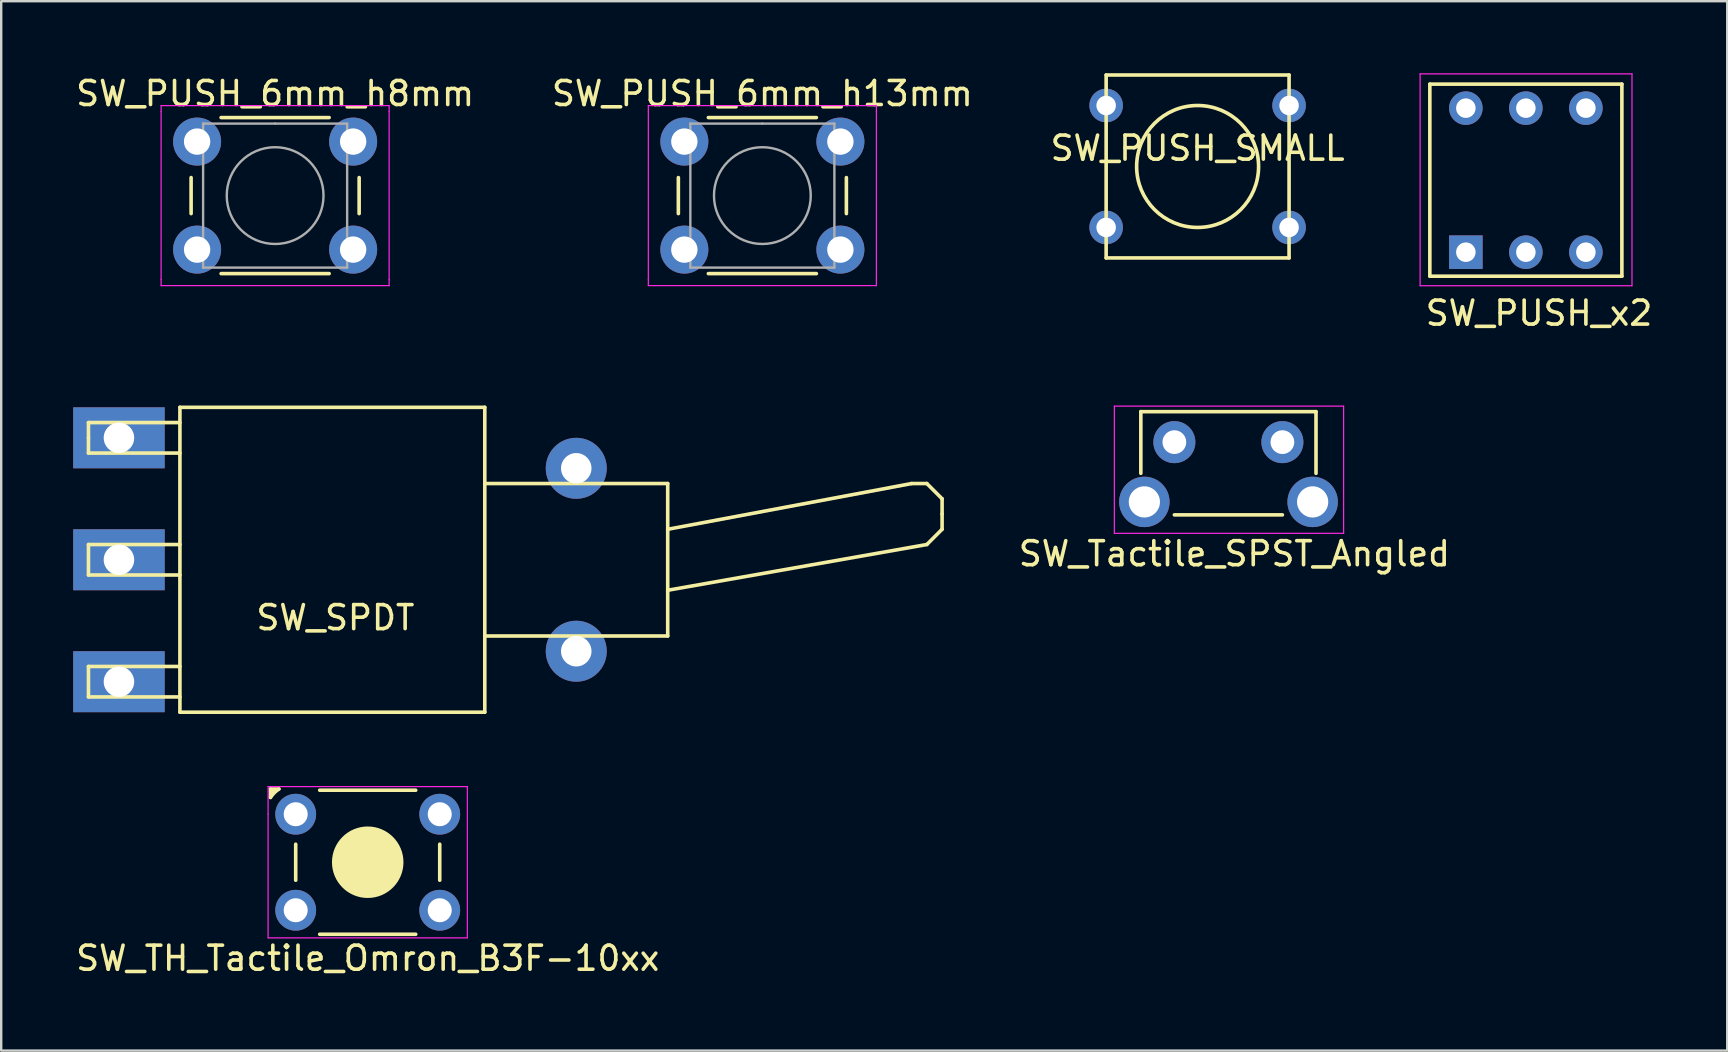
<source format=kicad_pcb>
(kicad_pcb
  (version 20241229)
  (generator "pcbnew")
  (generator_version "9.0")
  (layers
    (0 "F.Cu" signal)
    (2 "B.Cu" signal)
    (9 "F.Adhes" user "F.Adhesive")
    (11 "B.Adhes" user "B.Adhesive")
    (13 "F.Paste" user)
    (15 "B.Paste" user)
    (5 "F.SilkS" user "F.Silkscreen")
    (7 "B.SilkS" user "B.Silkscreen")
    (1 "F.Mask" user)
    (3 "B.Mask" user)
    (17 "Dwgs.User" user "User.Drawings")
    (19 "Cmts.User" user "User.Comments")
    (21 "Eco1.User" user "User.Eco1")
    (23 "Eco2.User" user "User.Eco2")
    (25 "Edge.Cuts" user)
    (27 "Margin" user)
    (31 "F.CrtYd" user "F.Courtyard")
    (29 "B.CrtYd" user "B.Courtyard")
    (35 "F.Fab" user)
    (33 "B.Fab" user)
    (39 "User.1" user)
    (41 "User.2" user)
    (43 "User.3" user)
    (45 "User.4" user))
  (footprint "SW_PUSH_6mm_h13mm"
    (layer "F.Cu")
    (at 25.458 2.848)
    (property "Reference" "SW_PUSH_6mm_h13mm" (at 3.25 -2 0) (layer "F.SilkS") (effects (font (size 1 1) (thickness 0.15))))
    (attr through_hole)
    (fp_line (start -0.25 1.5) (end -0.25 3) (stroke (width 0.15) (type solid)) (layer "F.SilkS"))
    (fp_line (start 1 5.5) (end 5.5 5.5) (stroke (width 0.15) (type solid)) (layer "F.SilkS"))
    (fp_line (start 5.5 -1) (end 1 -1) (stroke (width 0.15) (type solid)) (layer "F.SilkS"))
    (fp_line (start 6.75 3) (end 6.75 1.5) (stroke (width 0.15) (type solid)) (layer "F.SilkS"))
    (fp_line (start -1.5 -1.5) (end -1.25 -1.5) (stroke (width 0.05) (type solid)) (layer "F.CrtYd"))
    (fp_line (start -1.5 -1.25) (end -1.5 -1.5) (stroke (width 0.05) (type solid)) (layer "F.CrtYd"))
    (fp_line (start -1.5 5.75) (end -1.5 -1.25) (stroke (width 0.05) (type solid)) (layer "F.CrtYd"))
    (fp_line (start -1.5 5.75) (end -1.5 6) (stroke (width 0.05) (type solid)) (layer "F.CrtYd"))
    (fp_line (start -1.5 6) (end -1.25 6) (stroke (width 0.05) (type solid)) (layer "F.CrtYd"))
    (fp_line (start -1.25 -1.5) (end 7.75 -1.5) (stroke (width 0.05) (type solid)) (layer "F.CrtYd"))
    (fp_line (start 7.75 -1.5) (end 8 -1.5) (stroke (width 0.05) (type solid)) (layer "F.CrtYd"))
    (fp_line (start 7.75 6) (end -1.25 6) (stroke (width 0.05) (type solid)) (layer "F.CrtYd"))
    (fp_line (start 7.75 6) (end 8 6) (stroke (width 0.05) (type solid)) (layer "F.CrtYd"))
    (fp_line (start 8 -1.5) (end 8 -1.25) (stroke (width 0.05) (type solid)) (layer "F.CrtYd"))
    (fp_line (start 8 -1.25) (end 8 5.75) (stroke (width 0.05) (type solid)) (layer "F.CrtYd"))
    (fp_line (start 8 6) (end 8 5.75) (stroke (width 0.05) (type solid)) (layer "F.CrtYd"))
    (fp_line (start 0.25 -0.75) (end 3.25 -0.75) (stroke (width 0.1) (type solid)) (layer "F.Fab"))
    (fp_line (start 0.25 5.25) (end 0.25 -0.75) (stroke (width 0.1) (type solid)) (layer "F.Fab"))
    (fp_line (start 3.25 -0.75) (end 6.25 -0.75) (stroke (width 0.1) (type solid)) (layer "F.Fab"))
    (fp_line (start 6.25 -0.75) (end 6.25 5.25) (stroke (width 0.1) (type solid)) (layer "F.Fab"))
    (fp_line (start 6.25 5.25) (end 0.25 5.25) (stroke (width 0.1) (type solid)) (layer "F.Fab"))
    (fp_circle (center 3.25 2.25) (end 1.25 2.5) (stroke (width 0.1) (type solid)) (fill no) (layer "F.Fab"))
    (pad "1" thru_hole circle (at 0 0 90) (size 2 2) (drill 1.1) (layers "*.Cu" "*.Mask"))
    (pad "1" thru_hole circle (at 6.5 0 90) (size 2 2) (drill 1.1) (layers "*.Cu" "*.Mask"))
    (pad "2" thru_hole circle (at 0 4.5 90) (size 2 2) (drill 1.1) (layers "*.Cu" "*.Mask"))
    (pad "2" thru_hole circle (at 6.5 4.5 90) (size 2 2) (drill 1.1) (layers "*.Cu" "*.Mask")))
  (footprint "SW_PUSH_SMALL"
    (layer "F.Cu")
    (at 46.839 3.885)
    (property "Reference" "SW_PUSH_SMALL" (at 0 -0.762 0) (layer "F.SilkS") (effects (font (size 1 1) (thickness 0.15))))
    (attr through_hole)
    (fp_line (start -3.81 -3.81) (end -3.81 3.81) (stroke (width 0.15) (type solid)) (layer "F.SilkS"))
    (fp_line (start -3.81 -3.81) (end 3.81 -3.81) (stroke (width 0.15) (type solid)) (layer "F.SilkS"))
    (fp_line (start 3.81 -3.81) (end 3.81 3.81) (stroke (width 0.15) (type solid)) (layer "F.SilkS"))
    (fp_line (start 3.81 3.81) (end -3.81 3.81) (stroke (width 0.15) (type solid)) (layer "F.SilkS"))
    (fp_circle (center 0 0) (end 0 -2.54) (stroke (width 0.15) (type solid)) (fill no) (layer "F.SilkS"))
    (pad "1" thru_hole circle (at -3.81 -2.54) (size 1.397 1.397) (drill 0.813) (layers "*.Cu" "*.Mask"))
    (pad "1" thru_hole circle (at 3.81 -2.54) (size 1.397 1.397) (drill 0.813) (layers "*.Cu" "*.Mask"))
    (pad "2" thru_hole circle (at -3.81 2.54) (size 1.397 1.397) (drill 0.813) (layers "*.Cu" "*.Mask"))
    (pad "2" thru_hole circle (at 3.81 2.54) (size 1.397 1.397) (drill 0.813) (layers "*.Cu" "*.Mask")))
  (footprint "SW_PUSH_x2"
    (layer "F.Cu")
    (at 58.013 7.455)
    (property "Reference" "SW_PUSH_x2" (at 3.048 2.54 0) (layer "F.SilkS") (effects (font (size 1 1) (thickness 0.15))))
    (attr through_hole)
    (fp_line (start -1.5 -7) (end -1.5 1) (stroke (width 0.15) (type solid)) (layer "F.SilkS"))
    (fp_line (start -1.5 1) (end 6.5 1) (stroke (width 0.15) (type solid)) (layer "F.SilkS"))
    (fp_line (start 6.5 -7) (end -1.5 -7) (stroke (width 0.15) (type solid)) (layer "F.SilkS"))
    (fp_line (start 6.5 1) (end 6.5 -7) (stroke (width 0.15) (type solid)) (layer "F.SilkS"))
    (fp_line (start -1.905 -7.429) (end -1.905 1.397) (stroke (width 0.05) (type solid)) (layer "F.CrtYd"))
    (fp_line (start -1.905 -7.429) (end 6.921 -7.429) (stroke (width 0.05) (type solid)) (layer "F.CrtYd"))
    (fp_line (start -1.905 1.397) (end 6.921 1.397) (stroke (width 0.05) (type solid)) (layer "F.CrtYd"))
    (fp_line (start 6.921 -7.429) (end 6.921 1.397) (stroke (width 0.05) (type solid)) (layer "F.CrtYd"))
    (pad "1" thru_hole rect (at 0 0) (size 1.397 1.397) (drill 0.813) (layers "*.Cu" "*.Mask"))
    (pad "2" thru_hole circle (at 2.5 0) (size 1.397 1.397) (drill 0.813) (layers "*.Cu" "*.Mask"))
    (pad "3" thru_hole circle (at 5 0) (size 1.397 1.397) (drill 0.813) (layers "*.Cu" "*.Mask"))
    (pad "4" thru_hole circle (at 5 -6) (size 1.397 1.397) (drill 0.813) (layers "*.Cu" "*.Mask"))
    (pad "5" thru_hole circle (at 2.5 -6) (size 1.397 1.397) (drill 0.813) (layers "*.Cu" "*.Mask"))
    (pad "6" thru_hole circle (at 0 -6) (size 1.397 1.397) (drill 0.813) (layers "*.Cu" "*.Mask")))
  (footprint "SW_SPDT"
    (layer "F.Cu")
    (at 1.905 20.268)
    (property "Reference" "SW_SPDT" (at 9.017 2.413 180) (layer "F.SilkS") (effects (font (size 1 1) (thickness 0.15))))
    (attr through_hole)
    (fp_line (start -1.27 -5.715) (end -1.27 -5.08) (stroke (width 0.15) (type solid)) (layer "F.SilkS"))
    (fp_line (start -1.27 -5.715) (end 2.54 -5.715) (stroke (width 0.15) (type solid)) (layer "F.SilkS"))
    (fp_line (start -1.27 -5.08) (end -1.27 -4.445) (stroke (width 0.15) (type solid)) (layer "F.SilkS"))
    (fp_line (start -1.27 -4.445) (end 2.54 -4.445) (stroke (width 0.15) (type solid)) (layer "F.SilkS"))
    (fp_line (start -1.27 -0.635) (end -1.27 0.635) (stroke (width 0.15) (type solid)) (layer "F.SilkS"))
    (fp_line (start -1.27 0.635) (end 2.54 0.635) (stroke (width 0.15) (type solid)) (layer "F.SilkS"))
    (fp_line (start -1.27 4.445) (end -1.27 5.715) (stroke (width 0.15) (type solid)) (layer "F.SilkS"))
    (fp_line (start -1.27 5.715) (end 2.54 5.715) (stroke (width 0.15) (type solid)) (layer "F.SilkS"))
    (fp_line (start 2.54 -6.35) (end 2.54 6.35) (stroke (width 0.15) (type solid)) (layer "F.SilkS"))
    (fp_line (start 2.54 -0.635) (end -1.27 -0.635) (stroke (width 0.15) (type solid)) (layer "F.SilkS"))
    (fp_line (start 2.54 4.445) (end -1.27 4.445) (stroke (width 0.15) (type solid)) (layer "F.SilkS"))
    (fp_line (start 2.54 6.35) (end 15.24 6.35) (stroke (width 0.15) (type solid)) (layer "F.SilkS"))
    (fp_line (start 15.24 -6.35) (end 2.54 -6.35) (stroke (width 0.15) (type solid)) (layer "F.SilkS"))
    (fp_line (start 15.24 -3.175) (end 22.86 -3.175) (stroke (width 0.15) (type solid)) (layer "F.SilkS"))
    (fp_line (start 15.24 6.35) (end 15.24 -6.35) (stroke (width 0.15) (type solid)) (layer "F.SilkS"))
    (fp_line (start 22.86 -3.175) (end 22.86 3.175) (stroke (width 0.15) (type solid)) (layer "F.SilkS"))
    (fp_line (start 22.86 -1.27) (end 33.02 -3.175) (stroke (width 0.15) (type solid)) (layer "F.SilkS"))
    (fp_line (start 22.86 3.175) (end 15.24 3.175) (stroke (width 0.15) (type solid)) (layer "F.SilkS"))
    (fp_line (start 33.02 -3.175) (end 33.655 -3.175) (stroke (width 0.15) (type solid)) (layer "F.SilkS"))
    (fp_line (start 33.655 -3.175) (end 34.29 -2.54) (stroke (width 0.15) (type solid)) (layer "F.SilkS"))
    (fp_line (start 33.655 -0.635) (end 22.86 1.27) (stroke (width 0.15) (type solid)) (layer "F.SilkS"))
    (fp_line (start 34.29 -2.54) (end 34.29 -1.905) (stroke (width 0.15) (type solid)) (layer "F.SilkS"))
    (fp_line (start 34.29 -1.905) (end 34.29 -1.27) (stroke (width 0.15) (type solid)) (layer "F.SilkS"))
    (fp_line (start 34.29 -1.27) (end 33.655 -0.635) (stroke (width 0.15) (type solid)) (layer "F.SilkS"))
    (pad "1" thru_hole rect (at 0 -5.08) (size 3.81 2.54) (drill 1.27) (layers "*.Cu" "*.Mask"))
    (pad "2" thru_hole rect (at 0 0) (size 3.81 2.54) (drill 1.27) (layers "*.Cu" "*.Mask"))
    (pad "3" thru_hole rect (at 0 5.08) (size 3.81 2.54) (drill 1.27) (layers "*.Cu" "*.Mask"))
    (pad "H1" thru_hole circle (at 19.05 -3.81) (size 2.54 2.54) (drill 1.27) (layers "*.Cu" "*.Mask"))
    (pad "H2" thru_hole circle (at 19.05 3.81) (size 2.54 2.54) (drill 1.27) (layers "*.Cu" "*.Mask")))
  (footprint "SW_Tactile_SPST_Angled"
    (layer "F.Cu")
    (at 45.871 15.368)
    (property "Reference" "SW_Tactile_SPST_Angled" (at 2.5 4.65 0) (layer "F.SilkS") (effects (font (size 1 1) (thickness 0.15))))
    (attr through_hole)
    (fp_line (start -1.397 -1.27) (end -1.397 1.3) (stroke (width 0.15) (type solid)) (layer "F.SilkS"))
    (fp_line (start -1.397 -1.27) (end 5.9 -1.27) (stroke (width 0.15) (type solid)) (layer "F.SilkS"))
    (fp_line (start 0 3.03) (end 4.5 3.03) (stroke (width 0.15) (type solid)) (layer "F.SilkS"))
    (fp_line (start 5.9 -1.27) (end 5.9 1.3) (stroke (width 0.15) (type solid)) (layer "F.SilkS"))
    (fp_line (start -2.5 -1.5) (end 7.05 -1.5) (stroke (width 0.05) (type solid)) (layer "F.CrtYd"))
    (fp_line (start -2.5 3.8) (end -2.5 -1.5) (stroke (width 0.05) (type solid)) (layer "F.CrtYd"))
    (fp_line (start 7.05 -1.5) (end 7.05 3.8) (stroke (width 0.05) (type solid)) (layer "F.CrtYd"))
    (fp_line (start 7.05 3.8) (end -2.5 3.8) (stroke (width 0.05) (type solid)) (layer "F.CrtYd"))
    (pad "" thru_hole circle (at -1.25 2.49) (size 2.1 2.1) (drill 1.3) (layers "*.Cu" "*.Mask"))
    (pad "" thru_hole circle (at 5.76 2.49) (size 2.1 2.1) (drill 1.3) (layers "*.Cu" "*.Mask"))
    (pad "1" thru_hole circle (at 0 0) (size 1.75 1.75) (drill 0.99) (layers "*.Cu" "*.Mask"))
    (pad "2" thru_hole circle (at 4.5 0) (size 1.75 1.75) (drill 0.99) (layers "*.Cu" "*.Mask")))
  (footprint "SW_PUSH_6mm_h8mm"
    (layer "F.Cu")
    (at 5.161 2.848)
    (property "Reference" "SW_PUSH_6mm_h8mm" (at 3.25 -2 0) (layer "F.SilkS") (effects (font (size 1 1) (thickness 0.15))))
    (attr through_hole)
    (fp_line (start -0.25 1.5) (end -0.25 3) (stroke (width 0.15) (type solid)) (layer "F.SilkS"))
    (fp_line (start 1 5.5) (end 5.5 5.5) (stroke (width 0.15) (type solid)) (layer "F.SilkS"))
    (fp_line (start 5.5 -1) (end 1 -1) (stroke (width 0.15) (type solid)) (layer "F.SilkS"))
    (fp_line (start 6.75 3) (end 6.75 1.5) (stroke (width 0.15) (type solid)) (layer "F.SilkS"))
    (fp_line (start -1.5 -1.5) (end -1.25 -1.5) (stroke (width 0.05) (type solid)) (layer "F.CrtYd"))
    (fp_line (start -1.5 -1.25) (end -1.5 -1.5) (stroke (width 0.05) (type solid)) (layer "F.CrtYd"))
    (fp_line (start -1.5 5.75) (end -1.5 -1.25) (stroke (width 0.05) (type solid)) (layer "F.CrtYd"))
    (fp_line (start -1.5 5.75) (end -1.5 6) (stroke (width 0.05) (type solid)) (layer "F.CrtYd"))
    (fp_line (start -1.5 6) (end -1.25 6) (stroke (width 0.05) (type solid)) (layer "F.CrtYd"))
    (fp_line (start -1.25 -1.5) (end 7.75 -1.5) (stroke (width 0.05) (type solid)) (layer "F.CrtYd"))
    (fp_line (start 7.75 -1.5) (end 8 -1.5) (stroke (width 0.05) (type solid)) (layer "F.CrtYd"))
    (fp_line (start 7.75 6) (end -1.25 6) (stroke (width 0.05) (type solid)) (layer "F.CrtYd"))
    (fp_line (start 7.75 6) (end 8 6) (stroke (width 0.05) (type solid)) (layer "F.CrtYd"))
    (fp_line (start 8 -1.5) (end 8 -1.25) (stroke (width 0.05) (type solid)) (layer "F.CrtYd"))
    (fp_line (start 8 -1.25) (end 8 5.75) (stroke (width 0.05) (type solid)) (layer "F.CrtYd"))
    (fp_line (start 8 6) (end 8 5.75) (stroke (width 0.05) (type solid)) (layer "F.CrtYd"))
    (fp_line (start 0.25 -0.75) (end 3.25 -0.75) (stroke (width 0.1) (type solid)) (layer "F.Fab"))
    (fp_line (start 0.25 5.25) (end 0.25 -0.75) (stroke (width 0.1) (type solid)) (layer "F.Fab"))
    (fp_line (start 3.25 -0.75) (end 6.25 -0.75) (stroke (width 0.1) (type solid)) (layer "F.Fab"))
    (fp_line (start 6.25 -0.75) (end 6.25 5.25) (stroke (width 0.1) (type solid)) (layer "F.Fab"))
    (fp_line (start 6.25 5.25) (end 0.25 5.25) (stroke (width 0.1) (type solid)) (layer "F.Fab"))
    (fp_circle (center 3.25 2.25) (end 1.25 2.5) (stroke (width 0.1) (type solid)) (fill no) (layer "F.Fab"))
    (pad "1" thru_hole circle (at 0 0 90) (size 2 2) (drill 1.1) (layers "*.Cu" "*.Mask"))
    (pad "1" thru_hole circle (at 6.5 0 90) (size 2 2) (drill 1.1) (layers "*.Cu" "*.Mask"))
    (pad "2" thru_hole circle (at 0 4.5 90) (size 2 2) (drill 1.1) (layers "*.Cu" "*.Mask"))
    (pad "2" thru_hole circle (at 6.5 4.5 90) (size 2 2) (drill 1.1) (layers "*.Cu" "*.Mask")))
  (footprint "SW_TH_Tactile_Omron_B3F-10xx"
    (layer "F.Cu")
    (at 9.268 30.868)
    (property "Reference" "SW_TH_Tactile_Omron_B3F-10xx" (at 3 6 0) (layer "F.SilkS") (effects (font (size 1 1) (thickness 0.15))))
    (attr through_hole)
    (fp_line (start -1.05 -1.05) (end -1.05 -0.7) (stroke (width 0.15) (type solid)) (layer "F.SilkS"))
    (fp_line (start -1.05 -1.05) (end -0.7 -1.05) (stroke (width 0.15) (type solid)) (layer "F.SilkS"))
    (fp_line (start -0.95 -1) (end -0.95 -0.9) (stroke (width 0.15) (type solid)) (layer "F.SilkS"))
    (fp_line (start 0 2) (end 0 2) (stroke (width 0.1) (type solid)) (layer "F.SilkS"))
    (fp_line (start 0 2.75) (end 0 1.25) (stroke (width 0.15) (type solid)) (layer "F.SilkS"))
    (fp_line (start 1 -1) (end 5 -1) (stroke (width 0.15) (type solid)) (layer "F.SilkS"))
    (fp_line (start 1 5) (end 5 5) (stroke (width 0.15) (type solid)) (layer "F.SilkS"))
    (fp_line (start 5 -1) (end 1 -1) (stroke (width 0.1) (type solid)) (layer "F.SilkS"))
    (fp_line (start 5 5) (end 1 5) (stroke (width 0.1) (type solid)) (layer "F.SilkS"))
    (fp_line (start 6 1.25) (end 6 2.75) (stroke (width 0.15) (type solid)) (layer "F.SilkS"))
    (fp_line (start 6 2) (end 6 2) (stroke (width 0.1) (type solid)) (layer "F.SilkS"))
    (fp_arc (start -1.05 -0.7) (mid -0.892328 -0.892328) (end -0.7 -1.05) (stroke (width 0.15) (type solid)) (layer "F.SilkS"))
    (fp_circle (center 3 2) (end 4 3) (stroke (width 0) (type solid)) (fill yes) (layer "F.SilkS"))
    (fp_circle (center 3 2) (end 4 3) (stroke (width 0.15) (type solid)) (fill no) (layer "F.SilkS"))
    (fp_line (start -1.15 -1.15) (end 0.45 -1.15) (stroke (width 0.05) (type solid)) (layer "F.CrtYd"))
    (fp_line (start -1.15 0) (end -1.15 -1.15) (stroke (width 0.05) (type solid)) (layer "F.CrtYd"))
    (fp_line (start -1.15 0) (end -1.15 5.15) (stroke (width 0.05) (type solid)) (layer "F.CrtYd"))
    (fp_line (start -1.15 5.15) (end 7.15 5.15) (stroke (width 0.05) (type solid)) (layer "F.CrtYd"))
    (fp_line (start 7.15 -1.15) (end 0.45 -1.15) (stroke (width 0.05) (type solid)) (layer "F.CrtYd"))
    (fp_line (start 7.15 5.15) (end 7.15 -1.15) (stroke (width 0.05) (type solid)) (layer "F.CrtYd"))
    (pad "1" thru_hole circle (at 0 0) (size 1.7 1.7) (drill 1) (layers "*.Cu" "*.Mask"))
    (pad "2" thru_hole circle (at 6 0) (size 1.7 1.7) (drill 1) (layers "*.Cu" "*.Mask"))
    (pad "3" thru_hole circle (at 0 4) (size 1.7 1.7) (drill 1) (layers "*.Cu" "*.Mask"))
    (pad "4" thru_hole circle (at 6 4) (size 1.7 1.7) (drill 1) (layers "*.Cu" "*.Mask")))
  (gr_rect
    (start -3 -3)
    (end 68.901 40.716)
    (stroke (width 0.1) (type default))
    (fill no)
    (layer "Edge.Cuts")))
</source>
